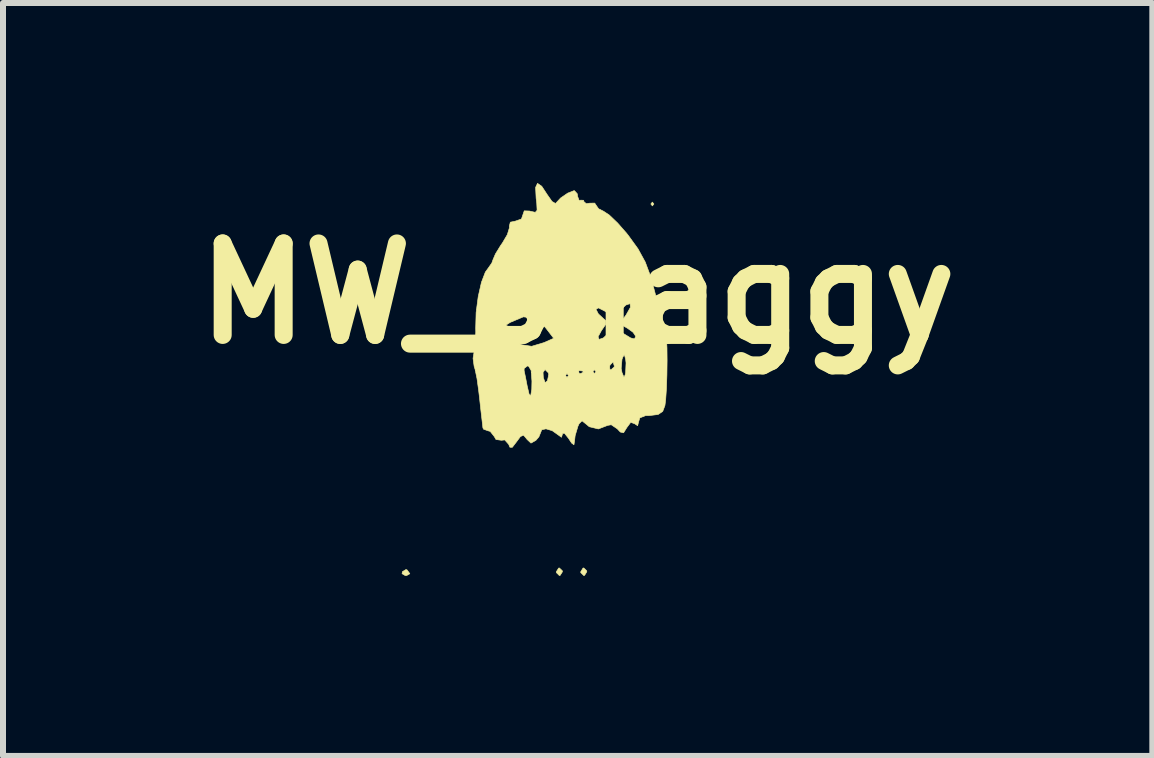
<source format=kicad_pcb>
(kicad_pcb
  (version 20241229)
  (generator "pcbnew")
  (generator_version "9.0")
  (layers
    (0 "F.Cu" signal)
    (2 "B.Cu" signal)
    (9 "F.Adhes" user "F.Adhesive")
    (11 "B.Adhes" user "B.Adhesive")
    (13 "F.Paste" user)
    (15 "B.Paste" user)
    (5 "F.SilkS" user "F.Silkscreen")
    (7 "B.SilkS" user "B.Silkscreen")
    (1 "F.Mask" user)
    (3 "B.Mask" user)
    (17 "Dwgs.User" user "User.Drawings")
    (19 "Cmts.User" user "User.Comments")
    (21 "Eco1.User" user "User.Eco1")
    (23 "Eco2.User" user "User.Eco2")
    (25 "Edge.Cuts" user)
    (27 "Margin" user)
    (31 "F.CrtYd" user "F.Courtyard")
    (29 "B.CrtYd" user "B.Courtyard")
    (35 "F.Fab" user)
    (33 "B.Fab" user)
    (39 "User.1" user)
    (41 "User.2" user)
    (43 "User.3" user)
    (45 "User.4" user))
  (footprint "MW_snaggy"
    (layer "F.Cu")
    (at 6.575 1.841)
    (property "Reference" "MW_snaggy" (at 0 0 0) (layer "F.SilkS") (effects (font (size 1.524 1.524) (thickness 0.3))))
    (attr through_hole)
    (fp_poly (pts (xy 1.27 -1.492) (xy 1.245 -1.46) (xy 1.219 -1.492) (xy 1.245 -1.524) (xy 1.27 -1.492)) (stroke (width 0.01) (type solid)) (fill yes) (layer "F.SilkS"))
    (fp_poly (pts (xy -2.841 4.606) (xy -2.796 4.668) (xy -2.848 4.698) (xy -2.873 4.699) (xy -2.926 4.668) (xy -2.92 4.634) (xy -2.86 4.598) (xy -2.841 4.606)) (stroke (width 0.01) (type solid)) (fill yes) (layer "F.SilkS"))
    (fp_poly (pts (xy -0.255 4.62) (xy -0.254 4.636) (xy -0.293 4.697) (xy -0.305 4.699) (xy -0.354 4.651) (xy -0.356 4.636) (xy -0.317 4.574) (xy -0.305 4.572) (xy -0.255 4.62)) (stroke (width 0.01) (type solid)) (fill yes) (layer "F.SilkS"))
    (fp_poly (pts (xy 0.151 4.62) (xy 0.152 4.636) (xy 0.114 4.697) (xy 0.102 4.699) (xy 0.052 4.651) (xy 0.051 4.636) (xy 0.089 4.574) (xy 0.102 4.572) (xy 0.151 4.62)) (stroke (width 0.01) (type solid)) (fill yes) (layer "F.SilkS"))
    (fp_poly (pts (xy -0.598 -1.787) (xy -0.505 -1.645) (xy -0.427 -1.534) (xy -0.37 -1.501) (xy -0.361 -1.509) (xy -0.284 -1.592) (xy -0.166 -1.673) (xy -0.062 -1.714) (xy -0.054 -1.714) (xy -0.007 -1.663) (xy 0 -1.616) (xy 0.025 -1.55) (xy 0.051 -1.556) (xy 0.098 -1.554) (xy 0.102 -1.534) (xy 0.142 -1.498) (xy 0.203 -1.506) (xy 0.284 -1.507) (xy 0.305 -1.475) (xy 0.348 -1.413) (xy 0.432 -1.371) (xy 0.527 -1.308) (xy 0.664 -1.177) (xy 0.816 -1.004) (xy 0.845 -0.967) (xy 1.005 -0.746) (xy 1.126 -0.525) (xy 1.221 -0.271) (xy 1.305 0.05) (xy 1.369 0.365) (xy 1.41 0.55) (xy 1.447 0.671) (xy 1.466 0.698) (xy 1.48 0.756) (xy 1.488 0.907) (xy 1.49 1.118) (xy 1.487 1.355) (xy 1.479 1.584) (xy 1.466 1.773) (xy 1.454 1.866) (xy 1.417 1.964) (xy 1.341 2.015) (xy 1.198 2.033) (xy 1.13 2.034) (xy 1.036 2.072) (xy 1.016 2.136) (xy 0.999 2.202) (xy 0.95 2.17) (xy 0.884 2.146) (xy 0.82 2.232) (xy 0.765 2.32) (xy 0.711 2.308) (xy 0.66 2.254) (xy 0.559 2.186) (xy 0.499 2.197) (xy 0.345 2.256) (xy 0.193 2.219) (xy 0.144 2.178) (xy 0.073 2.121) (xy 0.024 2.169) (xy 0.004 2.213) (xy -0.042 2.368) (xy -0.052 2.456) (xy -0.062 2.52) (xy -0.101 2.491) (xy -0.152 2.413) (xy -0.221 2.326) (xy -0.252 2.333) (xy -0.253 2.341) (xy -0.27 2.395) (xy -0.325 2.355) (xy -0.424 2.285) (xy -0.528 2.254) (xy -0.599 2.27) (xy -0.61 2.299) (xy -0.646 2.388) (xy -0.697 2.447) (xy -0.778 2.492) (xy -0.845 2.429) (xy -0.849 2.422) (xy -0.902 2.36) (xy -0.954 2.383) (xy -1.016 2.467) (xy -1.089 2.562) (xy -1.129 2.561) (xy -1.149 2.513) (xy -1.215 2.439) (xy -1.27 2.445) (xy -1.361 2.432) (xy -1.389 2.383) (xy -1.457 2.297) (xy -1.497 2.286) (xy -1.568 2.26) (xy -1.579 2.238) (xy -1.59 2.141) (xy -1.599 2.064) (xy -1.615 1.926) (xy -1.637 1.724) (xy -1.649 1.623) (xy -1.677 1.419) (xy -1.71 1.26) (xy -1.714 1.248) (xy -0.892 1.248) (xy -0.892 1.286) (xy -0.867 1.405) (xy -0.841 1.54) (xy -0.808 1.681) (xy -0.782 1.699) (xy -0.765 1.597) (xy -0.762 1.46) (xy -0.773 1.314) (xy -0.577 1.314) (xy -0.572 1.402) (xy -0.541 1.486) (xy -0.504 1.453) (xy -0.485 1.365) (xy -0.203 1.365) (xy -0.178 1.397) (xy -0.152 1.365) (xy -0.178 1.333) (xy -0.203 1.365) (xy -0.485 1.365) (xy -0.482 1.351) (xy -0.489 1.321) (xy -0.519 1.291) (xy 0.017 1.291) (xy 0.024 1.329) (xy 0.051 1.333) (xy 0.093 1.31) (xy 0.089 1.302) (xy 0.254 1.302) (xy 0.279 1.333) (xy 0.305 1.302) (xy 0.279 1.27) (xy 0.254 1.302) (xy 0.089 1.302) (xy 0.085 1.291) (xy 0.024 1.284) (xy 0.017 1.291) (xy -0.519 1.291) (xy -0.543 1.267) (xy -0.577 1.314) (xy -0.773 1.314) (xy -0.775 1.282) (xy -0.818 1.21) (xy -0.837 1.206) (xy 0.533 1.206) (xy 0.537 1.265) (xy 0.556 1.27) (xy 0.581 1.247) (xy 0.725 1.247) (xy 0.739 1.318) (xy 0.772 1.395) (xy 0.791 1.355) (xy 0.799 1.318) (xy 0.806 1.156) (xy 0.799 1.095) (xy 0.778 1.018) (xy 0.753 1.058) (xy 0.739 1.095) (xy 0.725 1.247) (xy 0.581 1.247) (xy 0.608 1.224) (xy 0.61 1.206) (xy 0.592 1.145) (xy 0.587 1.143) (xy 0.544 1.187) (xy 0.533 1.206) (xy -0.837 1.206) (xy -0.892 1.248) (xy -1.714 1.248) (xy -1.725 1.213) (xy -1.743 1.08) (xy -1.728 0.987) (xy -1.706 0.844) (xy -1.698 0.641) (xy -1.699 0.582) (xy -1.281 0.582) (xy -1.11 0.732) (xy -0.935 0.853) (xy -0.767 0.879) (xy -0.563 0.818) (xy -0.399 0.746) (xy -0.539 0.564) (xy -0.71 0.415) (xy -0.904 0.388) (xy -1.125 0.481) (xy -1.281 0.582) (xy -1.699 0.582) (xy -1.699 0.571) (xy -1.692 0.316) (xy -1.685 0.262) (xy 0.305 0.262) (xy 0.345 0.339) (xy 0.405 0.394) (xy 0.47 0.454) (xy 0.469 0.512) (xy 0.399 0.613) (xy 0.396 0.617) (xy 0.34 0.721) (xy 0.357 0.764) (xy 0.427 0.74) (xy 0.512 0.662) (xy 0.582 0.6) (xy 0.655 0.605) (xy 0.755 0.662) (xy 0.884 0.74) (xy 0.947 0.756) (xy 0.965 0.717) (xy 0.965 0.709) (xy 0.924 0.647) (xy 0.831 0.579) (xy 0.697 0.503) (xy 0.806 0.358) (xy 0.879 0.23) (xy 0.873 0.168) (xy 0.804 0.191) (xy 0.726 0.266) (xy 0.64 0.356) (xy 0.572 0.368) (xy 0.472 0.307) (xy 0.456 0.295) (xy 0.346 0.239) (xy 0.305 0.262) (xy -1.685 0.262) (xy -1.657 0.05) (xy -1.603 -0.188) (xy -1.538 -0.358) (xy -1.505 -0.403) (xy -1.431 -0.508) (xy -1.412 -0.561) (xy -1.37 -0.66) (xy -1.284 -0.8) (xy -1.255 -0.841) (xy -1.172 -0.982) (xy -1.137 -1.097) (xy -1.139 -1.121) (xy -1.122 -1.189) (xy -1.04 -1.206) (xy -0.937 -1.242) (xy -0.914 -1.309) (xy -0.89 -1.378) (xy -0.801 -1.375) (xy -0.787 -1.371) (xy -0.706 -1.353) (xy -0.676 -1.388) (xy -0.682 -1.507) (xy -0.692 -1.586) (xy -0.701 -1.769) (xy -0.669 -1.836) (xy -0.598 -1.787)) (stroke (width 0.01) (type solid)) (fill yes) (layer "F.SilkS")))
  (gr_rect
    (start -3 -3)
    (end 16.15 9.545)
    (stroke (width 0.1) (type default))
    (fill no)
    (layer "Edge.Cuts")))
</source>
